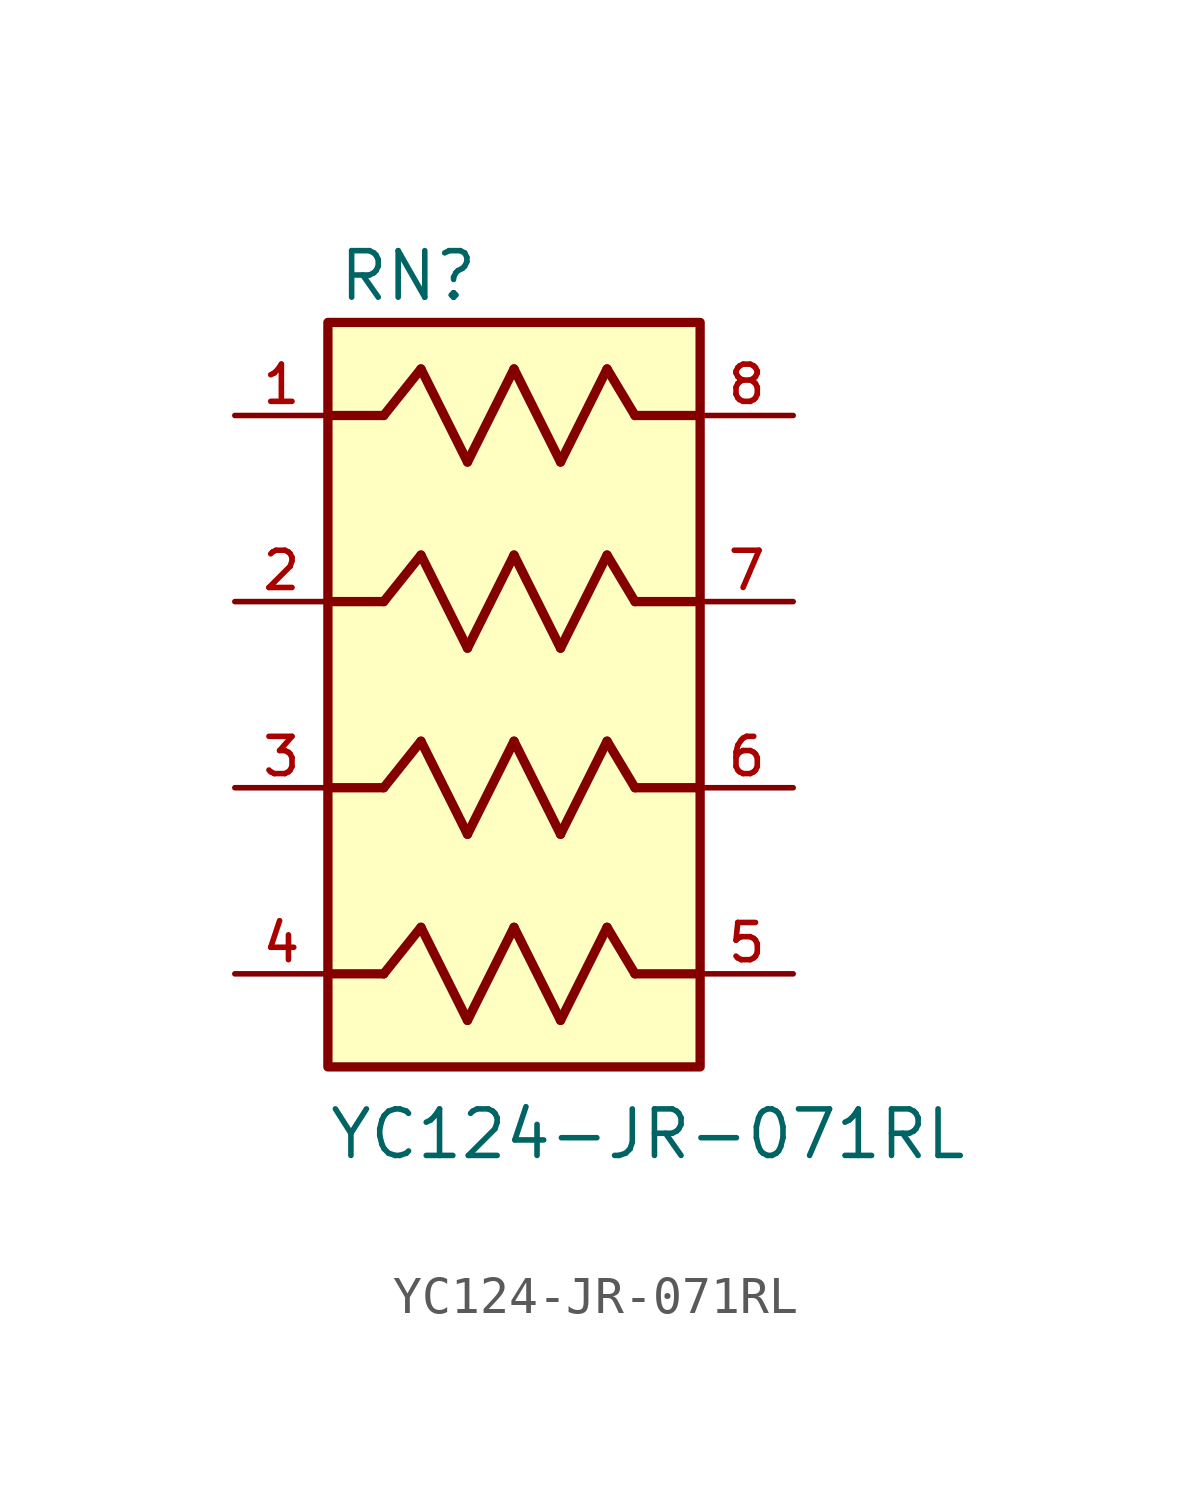
<source format=kicad_sym>
(kicad_symbol_lib
  (version 20211014)
  (generator kicad_symbol_editor)
  (symbol "YC124-JR-071RL"
    (pin_names
      (offset 1.016))
    (property "Reference" "RN"
      (at -4.834 10.686 0)
      (effects (font (size 1.27 1.27)) (justify bottom left)))
    (property "Value" "YC124-JR-071RL"
      (at -5.096 -12.74 0)
      (effects (font (size 1.27 1.27)) (justify bottom left)))
    (symbol "YC124-JR-071RL_0_0"
      (polyline (pts (xy -5.08 7.62) (xy -3.556 7.62)) (stroke (width 0.254)))
      (polyline (pts (xy -3.556 7.62) (xy -2.54 8.89)) (stroke (width 0.254)))
      (polyline (pts (xy -2.54 8.89) (xy -1.27 6.35)) (stroke (width 0.254)))
      (polyline (pts (xy -1.27 6.35) (xy 0.0 8.89)) (stroke (width 0.254)))
      (polyline (pts (xy 0.0 8.89) (xy 1.27 6.35)) (stroke (width 0.254)))
      (polyline (pts (xy 1.27 6.35) (xy 2.54 8.89)) (stroke (width 0.254)))
      (polyline (pts (xy 2.54 8.89) (xy 3.302 7.62)) (stroke (width 0.254)))
      (polyline (pts (xy 3.302 7.62) (xy 5.08 7.62)) (stroke (width 0.254)))
      (polyline (pts (xy -5.08 2.54) (xy -3.556 2.54)) (stroke (width 0.254)))
      (polyline (pts (xy -3.556 2.54) (xy -2.54 3.81)) (stroke (width 0.254)))
      (polyline (pts (xy -2.54 3.81) (xy -1.27 1.27)) (stroke (width 0.254)))
      (polyline (pts (xy -1.27 1.27) (xy 0.0 3.81)) (stroke (width 0.254)))
      (polyline (pts (xy 0.0 3.81) (xy 1.27 1.27)) (stroke (width 0.254)))
      (polyline (pts (xy 1.27 1.27) (xy 2.54 3.81)) (stroke (width 0.254)))
      (polyline (pts (xy 2.54 3.81) (xy 3.302 2.54)) (stroke (width 0.254)))
      (polyline (pts (xy 3.302 2.54) (xy 5.08 2.54)) (stroke (width 0.254)))
      (polyline (pts (xy -5.08 -2.54) (xy -3.556 -2.54)) (stroke (width 0.254)))
      (polyline (pts (xy -3.556 -2.54) (xy -2.54 -1.27)) (stroke (width 0.254)))
      (polyline (pts (xy -2.54 -1.27) (xy -1.27 -3.81)) (stroke (width 0.254)))
      (polyline (pts (xy -1.27 -3.81) (xy 0.0 -1.27)) (stroke (width 0.254)))
      (polyline (pts (xy 0.0 -1.27) (xy 1.27 -3.81)) (stroke (width 0.254)))
      (polyline (pts (xy 1.27 -3.81) (xy 2.54 -1.27)) (stroke (width 0.254)))
      (polyline (pts (xy 2.54 -1.27) (xy 3.302 -2.54)) (stroke (width 0.254)))
      (polyline (pts (xy 3.302 -2.54) (xy 5.08 -2.54)) (stroke (width 0.254)))
      (polyline (pts (xy -5.08 -7.62) (xy -3.556 -7.62)) (stroke (width 0.254)))
      (polyline (pts (xy -3.556 -7.62) (xy -2.54 -6.35)) (stroke (width 0.254)))
      (polyline (pts (xy -2.54 -6.35) (xy -1.27 -8.89)) (stroke (width 0.254)))
      (polyline (pts (xy -1.27 -8.89) (xy 0.0 -6.35)) (stroke (width 0.254)))
      (polyline (pts (xy 0.0 -6.35) (xy 1.27 -8.89)) (stroke (width 0.254)))
      (polyline (pts (xy 1.27 -8.89) (xy 2.54 -6.35)) (stroke (width 0.254)))
      (polyline (pts (xy 2.54 -6.35) (xy 3.302 -7.62)) (stroke (width 0.254)))
      (polyline (pts (xy 3.302 -7.62) (xy 5.08 -7.62)) (stroke (width 0.254)))
      (rectangle (start -5.08 -10.16) (end 5.08 10.16) (stroke (width 0.254)) (fill (type background)))
      (pin passive line (at -7.62 2.54 0) (length 2.54) (name "~" (effects (font (size 1.016 1.016)))) (number "2" (effects (font (size 1.016 1.016)))))
      (pin passive line (at -7.62 7.62 0) (length 2.54) (name "~" (effects (font (size 1.016 1.016)))) (number "1" (effects (font (size 1.016 1.016)))))
      (pin passive line (at -7.62 -2.54 0) (length 2.54) (name "~" (effects (font (size 1.016 1.016)))) (number "3" (effects (font (size 1.016 1.016)))))
      (pin passive line (at -7.62 -7.62 0) (length 2.54) (name "~" (effects (font (size 1.016 1.016)))) (number "4" (effects (font (size 1.016 1.016)))))
      (pin passive line (at 7.62 -7.62 180.0) (length 2.54) (name "~" (effects (font (size 1.016 1.016)))) (number "5" (effects (font (size 1.016 1.016)))))
      (pin passive line (at 7.62 -2.54 180.0) (length 2.54) (name "~" (effects (font (size 1.016 1.016)))) (number "6" (effects (font (size 1.016 1.016)))))
      (pin passive line (at 7.62 2.54 180.0) (length 2.54) (name "~" (effects (font (size 1.016 1.016)))) (number "7" (effects (font (size 1.016 1.016)))))
      (pin passive line (at 7.62 7.62 180.0) (length 2.54) (name "~" (effects (font (size 1.016 1.016)))) (number "8" (effects (font (size 1.016 1.016))))))))
</source>
